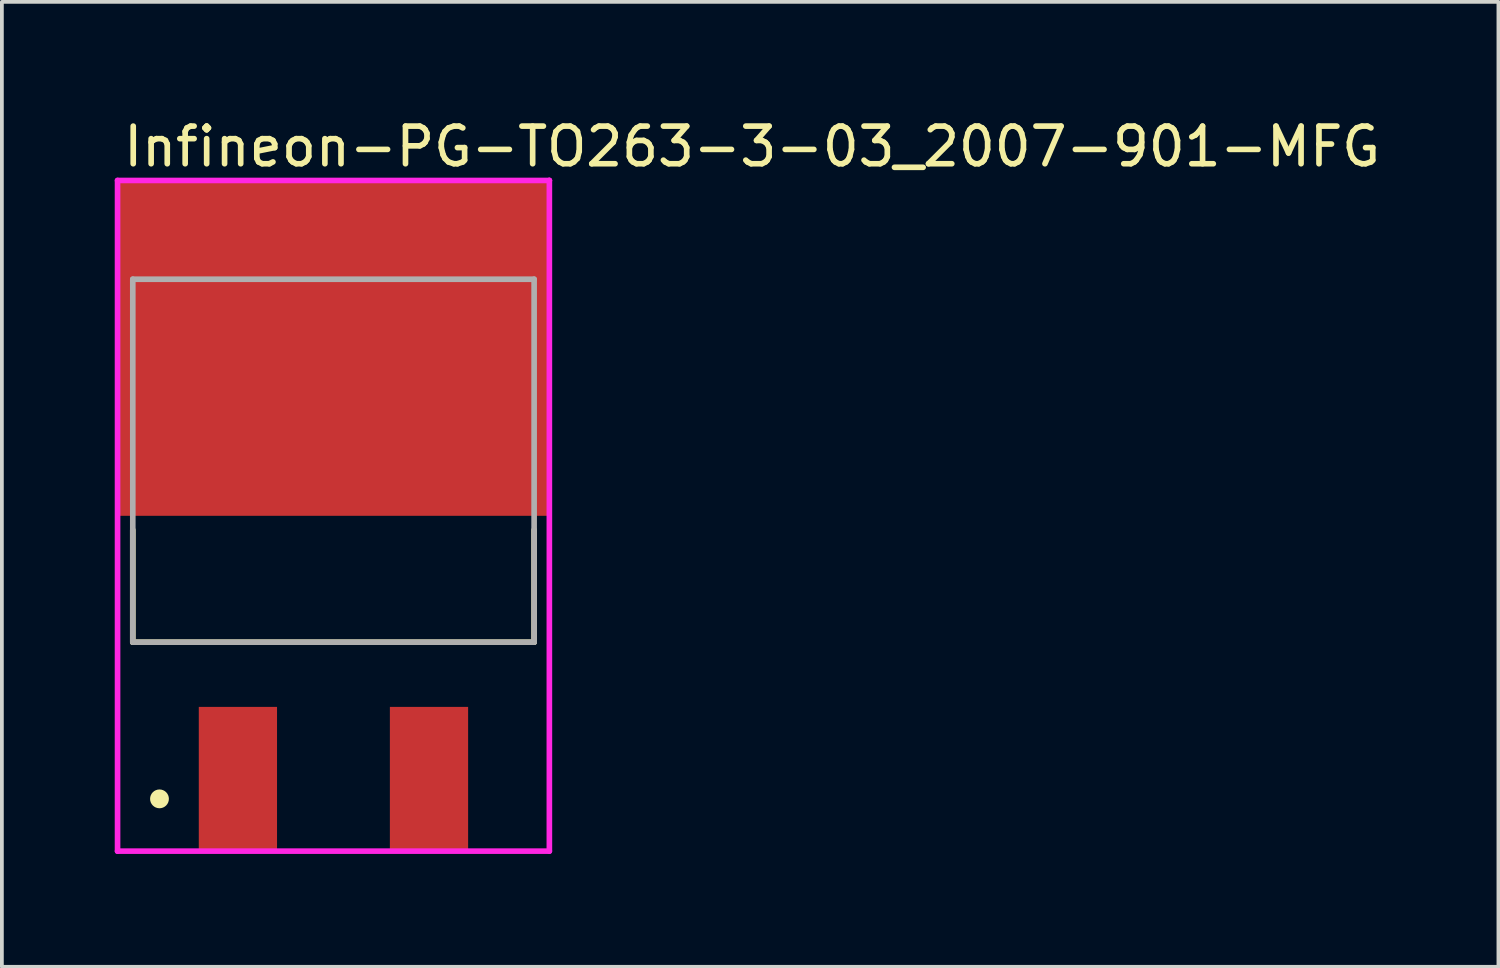
<source format=kicad_pcb>
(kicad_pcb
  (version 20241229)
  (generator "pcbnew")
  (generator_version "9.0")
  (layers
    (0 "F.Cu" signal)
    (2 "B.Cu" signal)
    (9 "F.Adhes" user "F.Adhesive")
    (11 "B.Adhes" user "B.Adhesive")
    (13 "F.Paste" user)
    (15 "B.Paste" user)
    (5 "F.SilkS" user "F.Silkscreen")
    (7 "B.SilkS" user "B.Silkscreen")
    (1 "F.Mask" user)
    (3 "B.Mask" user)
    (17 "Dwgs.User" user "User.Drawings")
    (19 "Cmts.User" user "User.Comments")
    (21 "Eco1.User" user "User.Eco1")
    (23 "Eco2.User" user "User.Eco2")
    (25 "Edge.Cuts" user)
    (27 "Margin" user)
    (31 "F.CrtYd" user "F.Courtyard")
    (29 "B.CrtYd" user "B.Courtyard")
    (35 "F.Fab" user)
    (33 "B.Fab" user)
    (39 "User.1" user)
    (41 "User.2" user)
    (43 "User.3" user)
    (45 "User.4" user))
  (footprint "Infineon-PG-TO263-3-03_2007-901-MFG"
    (layer "F.Cu")
    (at 5.815 10.663)
    (property "Reference" "Infineon-PG-TO263-3-03_2007-901-MFG" (at -5.66 -9.815 0) (layer "F.SilkS") (effects (font (size 1 1) (thickness 0.15)) (justify left)))
    (attr through_hole)
    (fp_line (start -5.335 3.36) (end -5.335 0.375) (stroke (width 0.15) (type solid)) (layer "F.SilkS"))
    (fp_line (start -5.335 3.36) (end 5.335 3.36) (stroke (width 0.15) (type solid)) (layer "F.SilkS"))
    (fp_line (start 5.335 3.36) (end 5.335 0.375) (stroke (width 0.15) (type solid)) (layer "F.SilkS"))
    (fp_circle (center -4.625 7.525) (end -4.5 7.525) (stroke (width 0.25) (type solid)) (fill no) (layer "F.SilkS"))
    (fp_line (start -5.74 -8.915) (end -5.74 8.915) (stroke (width 0.15) (type solid)) (layer "F.CrtYd"))
    (fp_line (start -5.74 8.915) (end 5.74 8.915) (stroke (width 0.15) (type solid)) (layer "F.CrtYd"))
    (fp_line (start 5.74 -8.915) (end -5.74 -8.915) (stroke (width 0.15) (type solid)) (layer "F.CrtYd"))
    (fp_line (start 5.74 -8.915) (end 5.74 -8.915) (stroke (width 0.15) (type solid)) (layer "F.CrtYd"))
    (fp_line (start 5.74 8.915) (end 5.74 -8.915) (stroke (width 0.15) (type solid)) (layer "F.CrtYd"))
    (fp_line (start -5.335 -6.29) (end 5.335 -6.29) (stroke (width 0.15) (type solid)) (layer "F.Fab"))
    (fp_line (start -5.335 3.36) (end -5.335 -6.29) (stroke (width 0.15) (type solid)) (layer "F.Fab"))
    (fp_line (start 5.335 -6.29) (end 5.335 3.36) (stroke (width 0.15) (type solid)) (layer "F.Fab"))
    (fp_line (start 5.335 3.36) (end -5.335 3.36) (stroke (width 0.15) (type solid)) (layer "F.Fab"))
    (pad "1" smd rect (at -2.54 6.985) (size 2.08 3.81) (layers "F.Cu" "F.Mask" "F.Paste"))
    (pad "3" smd rect (at 2.54 6.985) (size 2.08 3.81) (layers "F.Cu" "F.Mask" "F.Paste"))
    (pad "4" smd rect (at 0 -4.445) (size 11.43 8.89) (layers "F.Cu" "F.Mask" "F.Paste")))
  (gr_rect
    (start -3 -3)
    (end 36.786 22.653)
    (stroke (width 0.1) (type default))
    (fill no)
    (layer "Edge.Cuts")))
</source>
